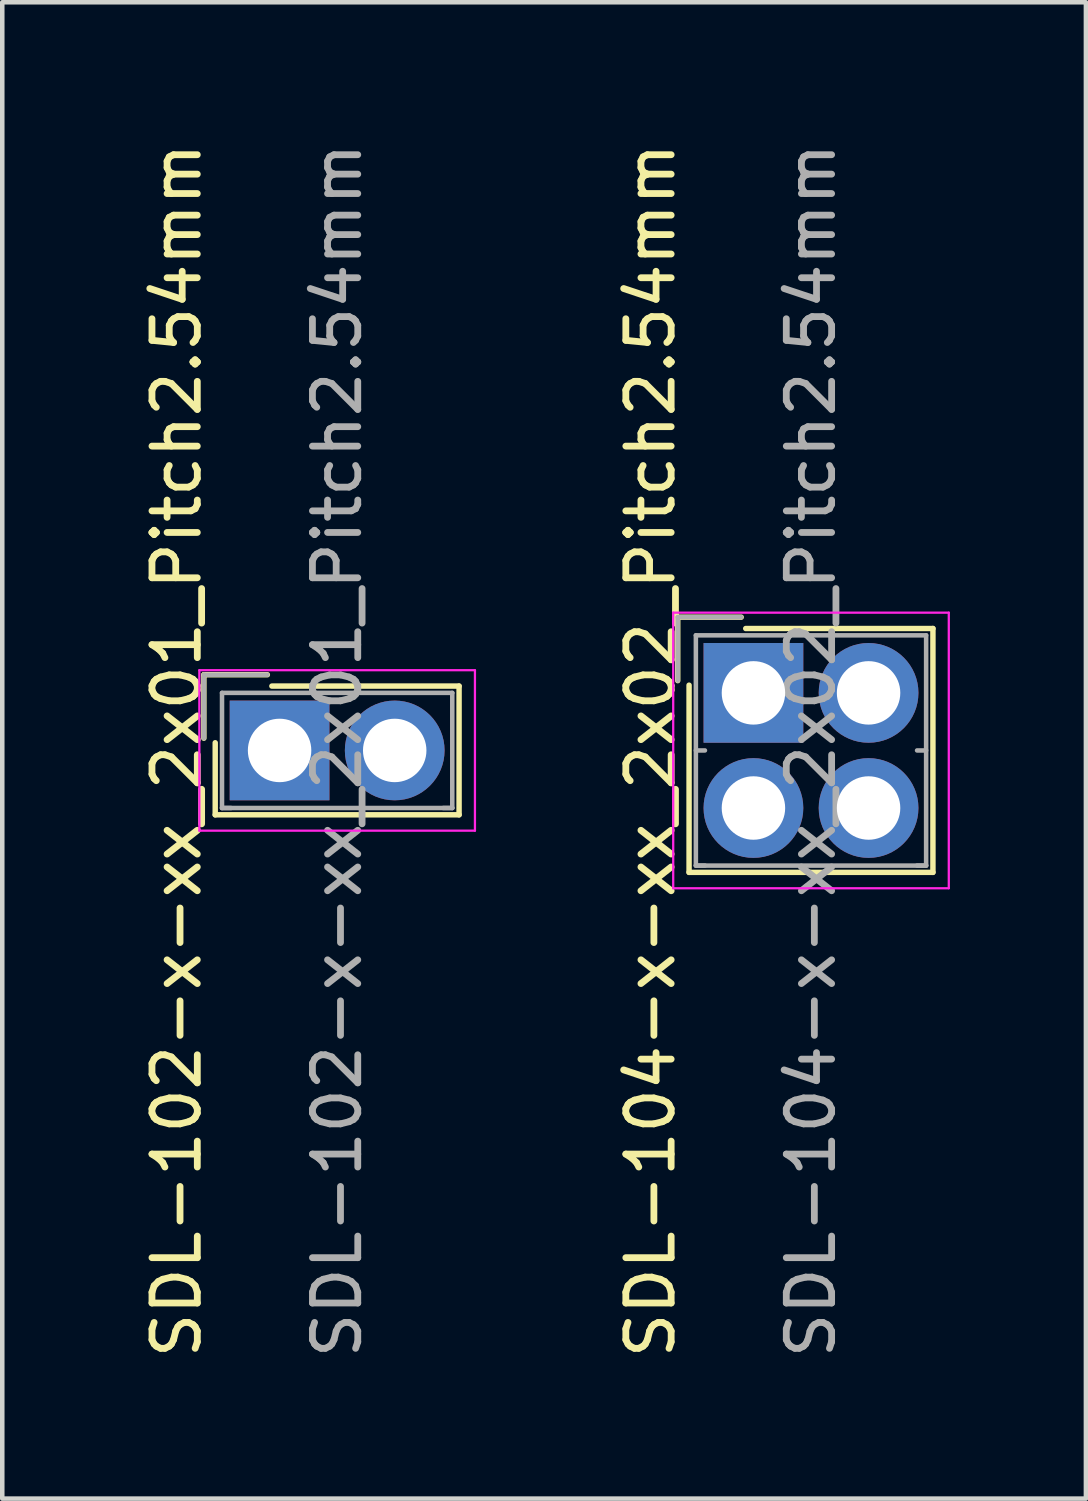
<source format=kicad_pcb>
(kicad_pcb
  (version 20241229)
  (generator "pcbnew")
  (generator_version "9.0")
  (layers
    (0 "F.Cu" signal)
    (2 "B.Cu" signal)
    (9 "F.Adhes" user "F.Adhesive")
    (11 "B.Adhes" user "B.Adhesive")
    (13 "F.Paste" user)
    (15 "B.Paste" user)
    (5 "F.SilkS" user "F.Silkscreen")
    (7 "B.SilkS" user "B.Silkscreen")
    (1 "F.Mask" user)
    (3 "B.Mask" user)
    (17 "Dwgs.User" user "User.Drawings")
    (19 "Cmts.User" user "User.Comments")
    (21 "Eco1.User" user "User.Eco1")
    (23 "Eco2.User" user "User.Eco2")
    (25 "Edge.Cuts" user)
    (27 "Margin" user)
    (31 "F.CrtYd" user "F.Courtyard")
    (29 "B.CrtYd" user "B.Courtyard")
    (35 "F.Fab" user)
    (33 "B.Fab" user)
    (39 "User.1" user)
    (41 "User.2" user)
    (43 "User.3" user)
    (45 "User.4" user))
  (footprint "SDL-104-x-xx_2x02_Pitch2.54mm"
    (layer "F.Cu")
    (at 13.572 12.236)
    (property "Reference" "SDL-104-x-xx_2x02_Pitch2.54mm" (at -2.27 1.27 90) (layer "F.SilkS") (effects (font (size 1 1) (thickness 0.15))))
    (attr through_hole)
    (fp_line (start -1.67 -1.67) (end -1.67 -0.27) (stroke (width 0.12) (type solid)) (layer "F.SilkS"))
    (fp_line (start -1.42 3.96) (end -1.42 -0.17) (stroke (width 0.12) (type solid)) (layer "F.SilkS"))
    (fp_line (start -0.27 -1.67) (end -1.67 -1.67) (stroke (width 0.12) (type solid)) (layer "F.SilkS"))
    (fp_line (start -0.17 -1.42) (end 3.96 -1.42) (stroke (width 0.12) (type solid)) (layer "F.SilkS"))
    (fp_line (start 3.96 -1.42) (end 3.96 3.96) (stroke (width 0.12) (type solid)) (layer "F.SilkS"))
    (fp_line (start 3.96 3.96) (end -1.42 3.96) (stroke (width 0.12) (type solid)) (layer "F.SilkS"))
    (fp_line (start -1.77 -1.77) (end -1.77 4.31) (stroke (width 0.05) (type solid)) (layer "F.CrtYd"))
    (fp_line (start -1.77 4.31) (end 4.31 4.31) (stroke (width 0.05) (type solid)) (layer "F.CrtYd"))
    (fp_line (start 4.31 -1.77) (end -1.77 -1.77) (stroke (width 0.05) (type solid)) (layer "F.CrtYd"))
    (fp_line (start 4.31 4.31) (end 4.31 -1.77) (stroke (width 0.05) (type solid)) (layer "F.CrtYd"))
    (fp_line (start -1.67 -1.67) (end -1.67 -0.27) (stroke (width 0.1) (type solid)) (layer "F.Fab"))
    (fp_line (start -1.27 -1.27) (end -1.27 3.81) (stroke (width 0.1) (type solid)) (layer "F.Fab"))
    (fp_line (start -1.27 1.27) (end -1.07 1.27) (stroke (width 0.1) (type solid)) (layer "F.Fab"))
    (fp_line (start -1.27 3.81) (end -1.07 3.81) (stroke (width 0.1) (type solid)) (layer "F.Fab"))
    (fp_line (start -1.27 3.81) (end 3.81 3.81) (stroke (width 0.1) (type solid)) (layer "F.Fab"))
    (fp_line (start -0.27 -1.67) (end -1.67 -1.67) (stroke (width 0.1) (type solid)) (layer "F.Fab"))
    (fp_line (start 3.81 -1.27) (end -1.27 -1.27) (stroke (width 0.1) (type solid)) (layer "F.Fab"))
    (fp_line (start 3.81 1.27) (end 3.61 1.27) (stroke (width 0.1) (type solid)) (layer "F.Fab"))
    (fp_line (start 3.81 3.81) (end 3.61 3.81) (stroke (width 0.1) (type solid)) (layer "F.Fab"))
    (fp_line (start 3.81 3.81) (end 3.81 -1.27) (stroke (width 0.1) (type solid)) (layer "F.Fab"))
    (fp_text user "${REFERENCE}" (at 1.27 1.27 90) (layer "F.Fab") (effects (font (size 1 1) (thickness 0.15))))
    (pad "1" thru_hole rect (at 0 0) (size 2.2 2.2) (drill 1.4) (layers "*.Cu" "*.Mask"))
    (pad "2" thru_hole circle (at 2.54 0) (size 2.2 2.2) (drill 1.4) (layers "*.Cu" "*.Mask"))
    (pad "3" thru_hole circle (at 0 2.54) (size 2.2 2.2) (drill 1.4) (layers "*.Cu" "*.Mask"))
    (pad "4" thru_hole circle (at 2.54 2.54) (size 2.2 2.2) (drill 1.4) (layers "*.Cu" "*.Mask")))
  (footprint "SDL-102-x-xx_2x01_Pitch2.54mm"
    (layer "F.Cu")
    (at 3.118 13.506)
    (property "Reference" "SDL-102-x-xx_2x01_Pitch2.54mm" (at -2.27 0 90) (layer "F.SilkS") (effects (font (size 1 1) (thickness 0.15))))
    (attr through_hole)
    (fp_line (start -1.67 -1.67) (end -1.67 -0.27) (stroke (width 0.12) (type solid)) (layer "F.SilkS"))
    (fp_line (start -1.42 1.42) (end -1.42 -0.17) (stroke (width 0.12) (type solid)) (layer "F.SilkS"))
    (fp_line (start -0.27 -1.67) (end -1.67 -1.67) (stroke (width 0.12) (type solid)) (layer "F.SilkS"))
    (fp_line (start -0.17 -1.42) (end 3.96 -1.42) (stroke (width 0.12) (type solid)) (layer "F.SilkS"))
    (fp_line (start 3.96 -1.42) (end 3.96 1.42) (stroke (width 0.12) (type solid)) (layer "F.SilkS"))
    (fp_line (start 3.96 1.42) (end -1.42 1.42) (stroke (width 0.12) (type solid)) (layer "F.SilkS"))
    (fp_line (start -1.77 -1.77) (end -1.77 1.77) (stroke (width 0.05) (type solid)) (layer "F.CrtYd"))
    (fp_line (start -1.77 1.77) (end 4.31 1.77) (stroke (width 0.05) (type solid)) (layer "F.CrtYd"))
    (fp_line (start 4.31 -1.77) (end -1.77 -1.77) (stroke (width 0.05) (type solid)) (layer "F.CrtYd"))
    (fp_line (start 4.31 1.77) (end 4.31 -1.77) (stroke (width 0.05) (type solid)) (layer "F.CrtYd"))
    (fp_line (start -1.67 -1.67) (end -1.67 -0.27) (stroke (width 0.1) (type solid)) (layer "F.Fab"))
    (fp_line (start -1.27 -1.27) (end -1.27 1.27) (stroke (width 0.1) (type solid)) (layer "F.Fab"))
    (fp_line (start -1.27 1.27) (end -1.07 1.27) (stroke (width 0.1) (type solid)) (layer "F.Fab"))
    (fp_line (start -1.27 1.27) (end 3.81 1.27) (stroke (width 0.1) (type solid)) (layer "F.Fab"))
    (fp_line (start -0.27 -1.67) (end -1.67 -1.67) (stroke (width 0.1) (type solid)) (layer "F.Fab"))
    (fp_line (start 3.81 -1.27) (end -1.27 -1.27) (stroke (width 0.1) (type solid)) (layer "F.Fab"))
    (fp_line (start 3.81 1.27) (end 3.61 1.27) (stroke (width 0.1) (type solid)) (layer "F.Fab"))
    (fp_line (start 3.81 1.27) (end 3.81 -1.27) (stroke (width 0.1) (type solid)) (layer "F.Fab"))
    (fp_text user "${REFERENCE}" (at 1.27 0 90) (layer "F.Fab") (effects (font (size 1 1) (thickness 0.15))))
    (pad "1" thru_hole rect (at 0 0) (size 2.2 2.2) (drill 1.4) (layers "*.Cu" "*.Mask"))
    (pad "2" thru_hole circle (at 2.54 0) (size 2.2 2.2) (drill 1.4) (layers "*.Cu" "*.Mask")))
  (gr_rect
    (start -3 -3)
    (end 20.907 30.012)
    (stroke (width 0.1) (type default))
    (fill no)
    (layer "Edge.Cuts")))
</source>
